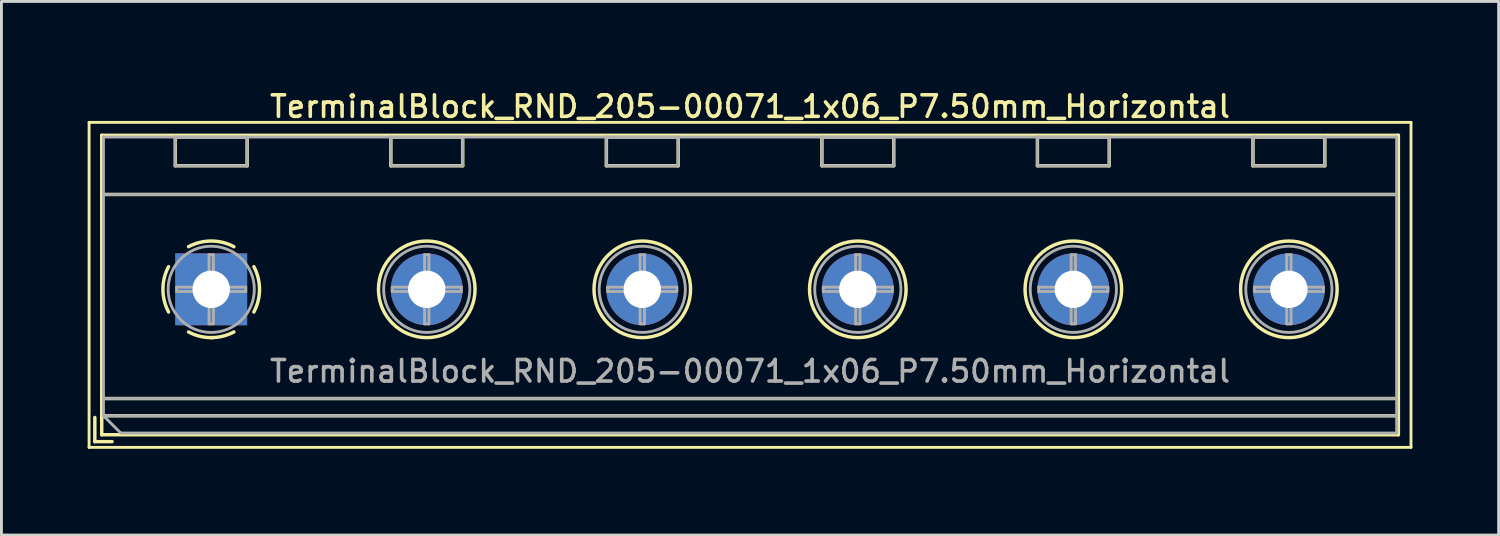
<source format=kicad_pcb>
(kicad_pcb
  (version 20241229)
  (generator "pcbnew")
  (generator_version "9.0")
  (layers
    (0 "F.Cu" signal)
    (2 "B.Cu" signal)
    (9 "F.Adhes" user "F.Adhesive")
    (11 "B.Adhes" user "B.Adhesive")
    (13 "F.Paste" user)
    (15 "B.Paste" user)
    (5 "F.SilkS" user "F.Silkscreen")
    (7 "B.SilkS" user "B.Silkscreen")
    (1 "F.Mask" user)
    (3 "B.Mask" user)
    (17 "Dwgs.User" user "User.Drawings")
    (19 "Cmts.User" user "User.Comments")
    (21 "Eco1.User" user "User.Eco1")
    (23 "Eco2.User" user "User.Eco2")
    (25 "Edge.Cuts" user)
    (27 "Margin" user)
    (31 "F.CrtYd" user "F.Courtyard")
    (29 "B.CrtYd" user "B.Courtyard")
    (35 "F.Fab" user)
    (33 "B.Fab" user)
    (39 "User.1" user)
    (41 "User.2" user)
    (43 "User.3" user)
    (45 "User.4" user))
  (footprint "TerminalBlock_RND_205-00071_1x06_P7.50mm_Horizontal"
    (layer "F.Cu")
    (at 4.3 7.018)
    (property "Reference" "TerminalBlock_RND_205-00071_1x06_P7.50mm_Horizontal" (at 18.75 -6.36 0) (layer "F.SilkS") (effects (font (size 0.75 0.75) (thickness 0.125))))
    (attr through_hole)
    (fp_line (start -4.25 -5.81) (end -4.25 5.5) (stroke (width 0.1) (type solid)) (layer "F.SilkS"))
    (fp_line (start -4.25 5.5) (end 41.75 5.5) (stroke (width 0.1) (type solid)) (layer "F.SilkS"))
    (fp_line (start -4.05 4.46) (end -4.05 5.3) (stroke (width 0.12) (type solid)) (layer "F.SilkS"))
    (fp_line (start -4.05 5.3) (end -3.45 5.3) (stroke (width 0.12) (type solid)) (layer "F.SilkS"))
    (fp_line (start -3.81 -5.36) (end -3.81 5.06) (stroke (width 0.12) (type solid)) (layer "F.SilkS"))
    (fp_line (start -3.81 -5.36) (end 41.31 -5.36) (stroke (width 0.12) (type solid)) (layer "F.SilkS"))
    (fp_line (start -3.81 -3.301) (end 41.31 -3.301) (stroke (width 0.12) (type solid)) (layer "F.SilkS"))
    (fp_line (start -3.81 3.8) (end 41.31 3.8) (stroke (width 0.12) (type solid)) (layer "F.SilkS"))
    (fp_line (start -3.81 4.4) (end 41.31 4.4) (stroke (width 0.12) (type solid)) (layer "F.SilkS"))
    (fp_line (start -3.81 5.06) (end 41.31 5.06) (stroke (width 0.12) (type solid)) (layer "F.SilkS"))
    (fp_line (start -1.25 -5.301) (end -1.25 -4.301) (stroke (width 0.12) (type solid)) (layer "F.SilkS"))
    (fp_line (start -1.25 -5.301) (end 1.25 -5.301) (stroke (width 0.12) (type solid)) (layer "F.SilkS"))
    (fp_line (start -1.25 -4.301) (end 1.25 -4.301) (stroke (width 0.12) (type solid)) (layer "F.SilkS"))
    (fp_line (start 1.25 -5.301) (end 1.25 -4.301) (stroke (width 0.12) (type solid)) (layer "F.SilkS"))
    (fp_line (start 6.25 -5.301) (end 6.25 -4.301) (stroke (width 0.12) (type solid)) (layer "F.SilkS"))
    (fp_line (start 6.25 -5.301) (end 8.75 -5.301) (stroke (width 0.12) (type solid)) (layer "F.SilkS"))
    (fp_line (start 6.25 -4.301) (end 8.75 -4.301) (stroke (width 0.12) (type solid)) (layer "F.SilkS"))
    (fp_line (start 8.75 -5.301) (end 8.75 -4.301) (stroke (width 0.12) (type solid)) (layer "F.SilkS"))
    (fp_line (start 13.75 -5.301) (end 13.75 -4.301) (stroke (width 0.12) (type solid)) (layer "F.SilkS"))
    (fp_line (start 13.75 -5.301) (end 16.25 -5.301) (stroke (width 0.12) (type solid)) (layer "F.SilkS"))
    (fp_line (start 13.75 -4.301) (end 16.25 -4.301) (stroke (width 0.12) (type solid)) (layer "F.SilkS"))
    (fp_line (start 16.25 -5.301) (end 16.25 -4.301) (stroke (width 0.12) (type solid)) (layer "F.SilkS"))
    (fp_line (start 21.25 -5.301) (end 21.25 -4.301) (stroke (width 0.12) (type solid)) (layer "F.SilkS"))
    (fp_line (start 21.25 -5.301) (end 23.75 -5.301) (stroke (width 0.12) (type solid)) (layer "F.SilkS"))
    (fp_line (start 21.25 -4.301) (end 23.75 -4.301) (stroke (width 0.12) (type solid)) (layer "F.SilkS"))
    (fp_line (start 23.75 -5.301) (end 23.75 -4.301) (stroke (width 0.12) (type solid)) (layer "F.SilkS"))
    (fp_line (start 28.75 -5.301) (end 28.75 -4.301) (stroke (width 0.12) (type solid)) (layer "F.SilkS"))
    (fp_line (start 28.75 -5.301) (end 31.25 -5.301) (stroke (width 0.12) (type solid)) (layer "F.SilkS"))
    (fp_line (start 28.75 -4.301) (end 31.25 -4.301) (stroke (width 0.12) (type solid)) (layer "F.SilkS"))
    (fp_line (start 31.25 -5.301) (end 31.25 -4.301) (stroke (width 0.12) (type solid)) (layer "F.SilkS"))
    (fp_line (start 36.25 -5.301) (end 36.25 -4.301) (stroke (width 0.12) (type solid)) (layer "F.SilkS"))
    (fp_line (start 36.25 -5.301) (end 38.75 -5.301) (stroke (width 0.12) (type solid)) (layer "F.SilkS"))
    (fp_line (start 36.25 -4.301) (end 38.75 -4.301) (stroke (width 0.12) (type solid)) (layer "F.SilkS"))
    (fp_line (start 38.75 -5.301) (end 38.75 -4.301) (stroke (width 0.12) (type solid)) (layer "F.SilkS"))
    (fp_line (start 41.31 -5.36) (end 41.31 5.06) (stroke (width 0.12) (type solid)) (layer "F.SilkS"))
    (fp_line (start 41.75 -5.81) (end -4.25 -5.81) (stroke (width 0.1) (type solid)) (layer "F.SilkS"))
    (fp_line (start 41.75 5.5) (end 41.75 -5.81) (stroke (width 0.1) (type solid)) (layer "F.SilkS"))
    (fp_arc (start -1.483953 0.789089) (mid -1.680708 0.00005) (end -1.484 -0.789) (stroke (width 0.12) (type solid)) (layer "F.SilkS"))
    (fp_arc (start -0.789089 -1.483953) (mid -0.00005 -1.680708) (end 0.789 -1.484) (stroke (width 0.12) (type solid)) (layer "F.SilkS"))
    (fp_arc (start 0.029383 1.68045) (mid -0.392304 1.634281) (end -0.789 1.484) (stroke (width 0.12) (type solid)) (layer "F.SilkS"))
    (fp_arc (start 0.788712 1.483352) (mid 0.406429 1.630097) (end 0 1.68) (stroke (width 0.12) (type solid)) (layer "F.SilkS"))
    (fp_arc (start 1.483953 -0.789089) (mid 1.680708 -0.00005) (end 1.484 0.789) (stroke (width 0.12) (type solid)) (layer "F.SilkS"))
    (fp_circle (center 7.5 0) (end 9.18 0) (stroke (width 0.12) (type solid)) (fill no) (layer "F.SilkS"))
    (fp_circle (center 15 0) (end 16.68 0) (stroke (width 0.12) (type solid)) (fill no) (layer "F.SilkS"))
    (fp_circle (center 22.5 0) (end 24.18 0) (stroke (width 0.12) (type solid)) (fill no) (layer "F.SilkS"))
    (fp_circle (center 30 0) (end 31.68 0) (stroke (width 0.12) (type solid)) (fill no) (layer "F.SilkS"))
    (fp_circle (center 37.5 0) (end 39.18 0) (stroke (width 0.12) (type solid)) (fill no) (layer "F.SilkS"))
    (fp_line (start -3.75 -5.3) (end 41.25 -5.3) (stroke (width 0.1) (type solid)) (layer "F.Fab"))
    (fp_line (start -3.75 -3.3) (end 41.25 -3.3) (stroke (width 0.1) (type solid)) (layer "F.Fab"))
    (fp_line (start -3.75 3.8) (end 41.25 3.8) (stroke (width 0.1) (type solid)) (layer "F.Fab"))
    (fp_line (start -3.75 4.4) (end -3.75 -5.3) (stroke (width 0.1) (type solid)) (layer "F.Fab"))
    (fp_line (start -3.75 4.4) (end 41.25 4.4) (stroke (width 0.1) (type solid)) (layer "F.Fab"))
    (fp_line (start -3.15 5) (end -3.75 4.4) (stroke (width 0.1) (type solid)) (layer "F.Fab"))
    (fp_line (start -1.25 -5.3) (end -1.25 -4.3) (stroke (width 0.1) (type solid)) (layer "F.Fab"))
    (fp_line (start -1.25 -4.3) (end 1.25 -4.3) (stroke (width 0.1) (type solid)) (layer "F.Fab"))
    (fp_line (start -1.201 -0.076) (end -0.076 -0.076) (stroke (width 0.1) (type solid)) (layer "F.Fab"))
    (fp_line (start -1.201 0.076) (end -1.201 -0.076) (stroke (width 0.1) (type solid)) (layer "F.Fab"))
    (fp_line (start -0.076 -1.201) (end 0.076 -1.201) (stroke (width 0.1) (type solid)) (layer "F.Fab"))
    (fp_line (start -0.076 -0.076) (end -0.076 -1.201) (stroke (width 0.1) (type solid)) (layer "F.Fab"))
    (fp_line (start -0.076 0.076) (end -1.201 0.076) (stroke (width 0.1) (type solid)) (layer "F.Fab"))
    (fp_line (start -0.076 1.201) (end -0.076 0.076) (stroke (width 0.1) (type solid)) (layer "F.Fab"))
    (fp_line (start 0.076 -1.201) (end 0.076 -0.076) (stroke (width 0.1) (type solid)) (layer "F.Fab"))
    (fp_line (start 0.076 -0.076) (end 1.201 -0.076) (stroke (width 0.1) (type solid)) (layer "F.Fab"))
    (fp_line (start 0.076 0.076) (end 0.076 1.201) (stroke (width 0.1) (type solid)) (layer "F.Fab"))
    (fp_line (start 0.076 1.201) (end -0.076 1.201) (stroke (width 0.1) (type solid)) (layer "F.Fab"))
    (fp_line (start 1.201 -0.076) (end 1.201 0.076) (stroke (width 0.1) (type solid)) (layer "F.Fab"))
    (fp_line (start 1.201 0.076) (end 0.076 0.076) (stroke (width 0.1) (type solid)) (layer "F.Fab"))
    (fp_line (start 1.25 -5.3) (end -1.25 -5.3) (stroke (width 0.1) (type solid)) (layer "F.Fab"))
    (fp_line (start 1.25 -4.3) (end 1.25 -5.3) (stroke (width 0.1) (type solid)) (layer "F.Fab"))
    (fp_line (start 6.25 -5.3) (end 6.25 -4.3) (stroke (width 0.1) (type solid)) (layer "F.Fab"))
    (fp_line (start 6.25 -4.3) (end 8.75 -4.3) (stroke (width 0.1) (type solid)) (layer "F.Fab"))
    (fp_line (start 6.299 -0.076) (end 7.424 -0.076) (stroke (width 0.1) (type solid)) (layer "F.Fab"))
    (fp_line (start 6.299 0.076) (end 6.299 -0.076) (stroke (width 0.1) (type solid)) (layer "F.Fab"))
    (fp_line (start 7.424 -1.201) (end 7.576 -1.201) (stroke (width 0.1) (type solid)) (layer "F.Fab"))
    (fp_line (start 7.424 -0.076) (end 7.424 -1.201) (stroke (width 0.1) (type solid)) (layer "F.Fab"))
    (fp_line (start 7.424 0.076) (end 6.299 0.076) (stroke (width 0.1) (type solid)) (layer "F.Fab"))
    (fp_line (start 7.424 1.201) (end 7.424 0.076) (stroke (width 0.1) (type solid)) (layer "F.Fab"))
    (fp_line (start 7.576 -1.201) (end 7.576 -0.076) (stroke (width 0.1) (type solid)) (layer "F.Fab"))
    (fp_line (start 7.576 -0.076) (end 8.701 -0.076) (stroke (width 0.1) (type solid)) (layer "F.Fab"))
    (fp_line (start 7.576 0.076) (end 7.576 1.201) (stroke (width 0.1) (type solid)) (layer "F.Fab"))
    (fp_line (start 7.576 1.201) (end 7.424 1.201) (stroke (width 0.1) (type solid)) (layer "F.Fab"))
    (fp_line (start 8.701 -0.076) (end 8.701 0.076) (stroke (width 0.1) (type solid)) (layer "F.Fab"))
    (fp_line (start 8.701 0.076) (end 7.576 0.076) (stroke (width 0.1) (type solid)) (layer "F.Fab"))
    (fp_line (start 8.75 -5.3) (end 6.25 -5.3) (stroke (width 0.1) (type solid)) (layer "F.Fab"))
    (fp_line (start 8.75 -4.3) (end 8.75 -5.3) (stroke (width 0.1) (type solid)) (layer "F.Fab"))
    (fp_line (start 13.75 -5.3) (end 13.75 -4.3) (stroke (width 0.1) (type solid)) (layer "F.Fab"))
    (fp_line (start 13.75 -4.3) (end 16.25 -4.3) (stroke (width 0.1) (type solid)) (layer "F.Fab"))
    (fp_line (start 13.799 -0.076) (end 14.924 -0.076) (stroke (width 0.1) (type solid)) (layer "F.Fab"))
    (fp_line (start 13.799 0.076) (end 13.799 -0.076) (stroke (width 0.1) (type solid)) (layer "F.Fab"))
    (fp_line (start 14.924 -1.201) (end 15.076 -1.201) (stroke (width 0.1) (type solid)) (layer "F.Fab"))
    (fp_line (start 14.924 -0.076) (end 14.924 -1.201) (stroke (width 0.1) (type solid)) (layer "F.Fab"))
    (fp_line (start 14.924 0.076) (end 13.799 0.076) (stroke (width 0.1) (type solid)) (layer "F.Fab"))
    (fp_line (start 14.924 1.201) (end 14.924 0.076) (stroke (width 0.1) (type solid)) (layer "F.Fab"))
    (fp_line (start 15.076 -1.201) (end 15.076 -0.076) (stroke (width 0.1) (type solid)) (layer "F.Fab"))
    (fp_line (start 15.076 -0.076) (end 16.201 -0.076) (stroke (width 0.1) (type solid)) (layer "F.Fab"))
    (fp_line (start 15.076 0.076) (end 15.076 1.201) (stroke (width 0.1) (type solid)) (layer "F.Fab"))
    (fp_line (start 15.076 1.201) (end 14.924 1.201) (stroke (width 0.1) (type solid)) (layer "F.Fab"))
    (fp_line (start 16.201 -0.076) (end 16.201 0.076) (stroke (width 0.1) (type solid)) (layer "F.Fab"))
    (fp_line (start 16.201 0.076) (end 15.076 0.076) (stroke (width 0.1) (type solid)) (layer "F.Fab"))
    (fp_line (start 16.25 -5.3) (end 13.75 -5.3) (stroke (width 0.1) (type solid)) (layer "F.Fab"))
    (fp_line (start 16.25 -4.3) (end 16.25 -5.3) (stroke (width 0.1) (type solid)) (layer "F.Fab"))
    (fp_line (start 21.25 -5.3) (end 21.25 -4.3) (stroke (width 0.1) (type solid)) (layer "F.Fab"))
    (fp_line (start 21.25 -4.3) (end 23.75 -4.3) (stroke (width 0.1) (type solid)) (layer "F.Fab"))
    (fp_line (start 21.299 -0.076) (end 22.424 -0.076) (stroke (width 0.1) (type solid)) (layer "F.Fab"))
    (fp_line (start 21.299 0.076) (end 21.299 -0.076) (stroke (width 0.1) (type solid)) (layer "F.Fab"))
    (fp_line (start 22.424 -1.201) (end 22.576 -1.201) (stroke (width 0.1) (type solid)) (layer "F.Fab"))
    (fp_line (start 22.424 -0.076) (end 22.424 -1.201) (stroke (width 0.1) (type solid)) (layer "F.Fab"))
    (fp_line (start 22.424 0.076) (end 21.299 0.076) (stroke (width 0.1) (type solid)) (layer "F.Fab"))
    (fp_line (start 22.424 1.201) (end 22.424 0.076) (stroke (width 0.1) (type solid)) (layer "F.Fab"))
    (fp_line (start 22.576 -1.201) (end 22.576 -0.076) (stroke (width 0.1) (type solid)) (layer "F.Fab"))
    (fp_line (start 22.576 -0.076) (end 23.701 -0.076) (stroke (width 0.1) (type solid)) (layer "F.Fab"))
    (fp_line (start 22.576 0.076) (end 22.576 1.201) (stroke (width 0.1) (type solid)) (layer "F.Fab"))
    (fp_line (start 22.576 1.201) (end 22.424 1.201) (stroke (width 0.1) (type solid)) (layer "F.Fab"))
    (fp_line (start 23.701 -0.076) (end 23.701 0.076) (stroke (width 0.1) (type solid)) (layer "F.Fab"))
    (fp_line (start 23.701 0.076) (end 22.576 0.076) (stroke (width 0.1) (type solid)) (layer "F.Fab"))
    (fp_line (start 23.75 -5.3) (end 21.25 -5.3) (stroke (width 0.1) (type solid)) (layer "F.Fab"))
    (fp_line (start 23.75 -4.3) (end 23.75 -5.3) (stroke (width 0.1) (type solid)) (layer "F.Fab"))
    (fp_line (start 28.75 -5.3) (end 28.75 -4.3) (stroke (width 0.1) (type solid)) (layer "F.Fab"))
    (fp_line (start 28.75 -4.3) (end 31.25 -4.3) (stroke (width 0.1) (type solid)) (layer "F.Fab"))
    (fp_line (start 28.799 -0.076) (end 29.924 -0.076) (stroke (width 0.1) (type solid)) (layer "F.Fab"))
    (fp_line (start 28.799 0.076) (end 28.799 -0.076) (stroke (width 0.1) (type solid)) (layer "F.Fab"))
    (fp_line (start 29.924 -1.201) (end 30.076 -1.201) (stroke (width 0.1) (type solid)) (layer "F.Fab"))
    (fp_line (start 29.924 -0.076) (end 29.924 -1.201) (stroke (width 0.1) (type solid)) (layer "F.Fab"))
    (fp_line (start 29.924 0.076) (end 28.799 0.076) (stroke (width 0.1) (type solid)) (layer "F.Fab"))
    (fp_line (start 29.924 1.201) (end 29.924 0.076) (stroke (width 0.1) (type solid)) (layer "F.Fab"))
    (fp_line (start 30.076 -1.201) (end 30.076 -0.076) (stroke (width 0.1) (type solid)) (layer "F.Fab"))
    (fp_line (start 30.076 -0.076) (end 31.201 -0.076) (stroke (width 0.1) (type solid)) (layer "F.Fab"))
    (fp_line (start 30.076 0.076) (end 30.076 1.201) (stroke (width 0.1) (type solid)) (layer "F.Fab"))
    (fp_line (start 30.076 1.201) (end 29.924 1.201) (stroke (width 0.1) (type solid)) (layer "F.Fab"))
    (fp_line (start 31.201 -0.076) (end 31.201 0.076) (stroke (width 0.1) (type solid)) (layer "F.Fab"))
    (fp_line (start 31.201 0.076) (end 30.076 0.076) (stroke (width 0.1) (type solid)) (layer "F.Fab"))
    (fp_line (start 31.25 -5.3) (end 28.75 -5.3) (stroke (width 0.1) (type solid)) (layer "F.Fab"))
    (fp_line (start 31.25 -4.3) (end 31.25 -5.3) (stroke (width 0.1) (type solid)) (layer "F.Fab"))
    (fp_line (start 36.25 -5.3) (end 36.25 -4.3) (stroke (width 0.1) (type solid)) (layer "F.Fab"))
    (fp_line (start 36.25 -4.3) (end 38.75 -4.3) (stroke (width 0.1) (type solid)) (layer "F.Fab"))
    (fp_line (start 36.299 -0.076) (end 37.424 -0.076) (stroke (width 0.1) (type solid)) (layer "F.Fab"))
    (fp_line (start 36.299 0.076) (end 36.299 -0.076) (stroke (width 0.1) (type solid)) (layer "F.Fab"))
    (fp_line (start 37.424 -1.201) (end 37.576 -1.201) (stroke (width 0.1) (type solid)) (layer "F.Fab"))
    (fp_line (start 37.424 -0.076) (end 37.424 -1.201) (stroke (width 0.1) (type solid)) (layer "F.Fab"))
    (fp_line (start 37.424 0.076) (end 36.299 0.076) (stroke (width 0.1) (type solid)) (layer "F.Fab"))
    (fp_line (start 37.424 1.201) (end 37.424 0.076) (stroke (width 0.1) (type solid)) (layer "F.Fab"))
    (fp_line (start 37.576 -1.201) (end 37.576 -0.076) (stroke (width 0.1) (type solid)) (layer "F.Fab"))
    (fp_line (start 37.576 -0.076) (end 38.701 -0.076) (stroke (width 0.1) (type solid)) (layer "F.Fab"))
    (fp_line (start 37.576 0.076) (end 37.576 1.201) (stroke (width 0.1) (type solid)) (layer "F.Fab"))
    (fp_line (start 37.576 1.201) (end 37.424 1.201) (stroke (width 0.1) (type solid)) (layer "F.Fab"))
    (fp_line (start 38.701 -0.076) (end 38.701 0.076) (stroke (width 0.1) (type solid)) (layer "F.Fab"))
    (fp_line (start 38.701 0.076) (end 37.576 0.076) (stroke (width 0.1) (type solid)) (layer "F.Fab"))
    (fp_line (start 38.75 -5.3) (end 36.25 -5.3) (stroke (width 0.1) (type solid)) (layer "F.Fab"))
    (fp_line (start 38.75 -4.3) (end 38.75 -5.3) (stroke (width 0.1) (type solid)) (layer "F.Fab"))
    (fp_line (start 41.25 -5.3) (end 41.25 5) (stroke (width 0.1) (type solid)) (layer "F.Fab"))
    (fp_line (start 41.25 5) (end -3.15 5) (stroke (width 0.1) (type solid)) (layer "F.Fab"))
    (fp_circle (center 0 0) (end 1.5 0) (stroke (width 0.1) (type solid)) (fill no) (layer "F.Fab"))
    (fp_circle (center 7.5 0) (end 9 0) (stroke (width 0.1) (type solid)) (fill no) (layer "F.Fab"))
    (fp_circle (center 15 0) (end 16.5 0) (stroke (width 0.1) (type solid)) (fill no) (layer "F.Fab"))
    (fp_circle (center 22.5 0) (end 24 0) (stroke (width 0.1) (type solid)) (fill no) (layer "F.Fab"))
    (fp_circle (center 30 0) (end 31.5 0) (stroke (width 0.1) (type solid)) (fill no) (layer "F.Fab"))
    (fp_circle (center 37.5 0) (end 39 0) (stroke (width 0.1) (type solid)) (fill no) (layer "F.Fab"))
    (fp_text user "${REFERENCE}" (at 18.75 2.85 0) (layer "F.Fab") (effects (font (size 0.75 0.75) (thickness 0.125))))
    (pad "1" thru_hole rect (at 0 0) (size 2.5 2.5) (drill 1.3) (layers "*.Cu" "*.Mask"))
    (pad "2" thru_hole circle (at 7.5 0) (size 2.5 2.5) (drill 1.3) (layers "*.Cu" "*.Mask"))
    (pad "3" thru_hole circle (at 15 0) (size 2.5 2.5) (drill 1.3) (layers "*.Cu" "*.Mask"))
    (pad "4" thru_hole circle (at 22.5 0) (size 2.5 2.5) (drill 1.3) (layers "*.Cu" "*.Mask"))
    (pad "5" thru_hole circle (at 30 0) (size 2.5 2.5) (drill 1.3) (layers "*.Cu" "*.Mask"))
    (pad "6" thru_hole circle (at 37.5 0) (size 2.5 2.5) (drill 1.3) (layers "*.Cu" "*.Mask")))
  (gr_rect
    (start -3 -3)
    (end 49.1 15.568)
    (stroke (width 0.1) (type default))
    (fill no)
    (layer "Edge.Cuts")))
</source>
